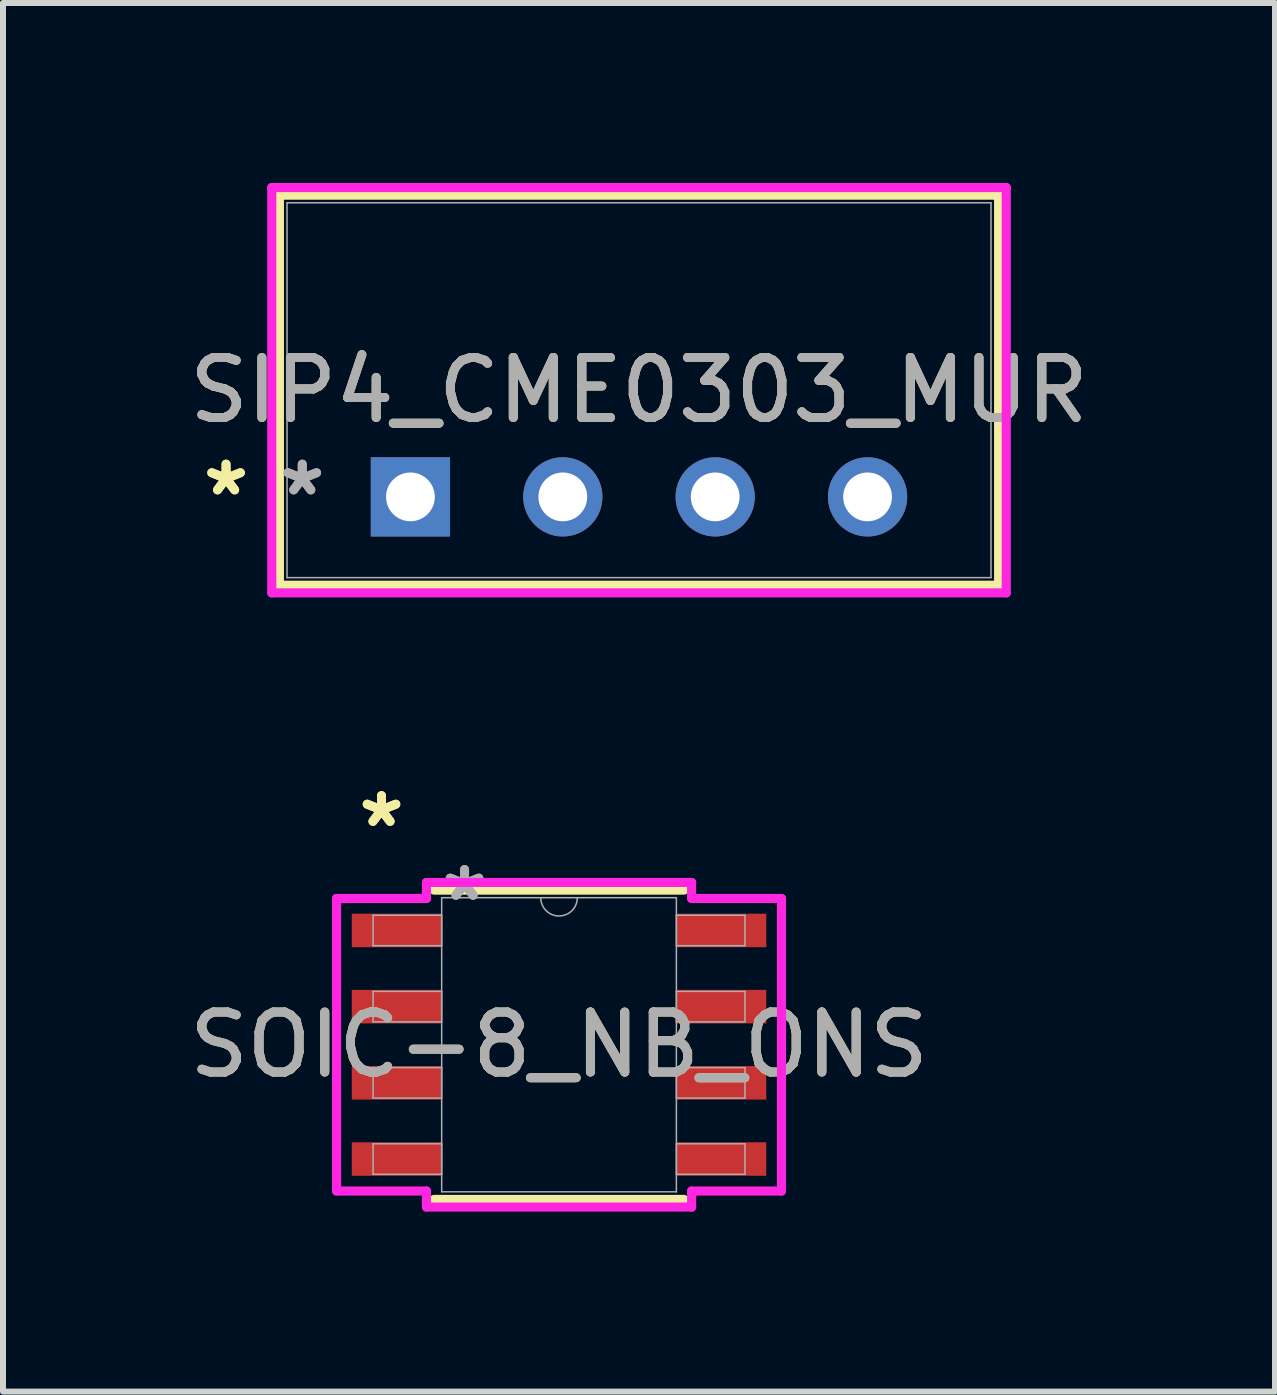
<source format=kicad_pcb>
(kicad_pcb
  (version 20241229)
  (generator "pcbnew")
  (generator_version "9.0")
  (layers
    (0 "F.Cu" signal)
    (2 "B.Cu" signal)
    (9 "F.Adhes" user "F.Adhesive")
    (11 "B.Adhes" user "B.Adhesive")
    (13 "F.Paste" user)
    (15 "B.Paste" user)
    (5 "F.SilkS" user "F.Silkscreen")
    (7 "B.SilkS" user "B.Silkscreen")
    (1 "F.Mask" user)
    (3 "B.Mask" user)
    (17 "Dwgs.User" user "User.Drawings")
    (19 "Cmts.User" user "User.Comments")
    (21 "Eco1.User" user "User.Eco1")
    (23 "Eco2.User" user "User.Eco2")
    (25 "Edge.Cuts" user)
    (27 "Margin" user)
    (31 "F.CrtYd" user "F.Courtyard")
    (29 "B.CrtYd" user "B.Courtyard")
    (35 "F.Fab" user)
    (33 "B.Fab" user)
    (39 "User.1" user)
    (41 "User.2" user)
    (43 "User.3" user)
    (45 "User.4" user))
  (footprint "SOIC-8_NB_ONS"
    (layer "F.Cu")
    (at 6.268 14.364)
    (property "Reference" "SOIC-8_NB_ONS" (at 0 0 0) (unlocked yes) (layer "F.SilkS") (effects (font (size 1 1) (thickness 0.15))))
    (attr smd)
    (fp_line (start -2.083 2.578) (end 2.083 2.578) (stroke (width 0.152) (type solid)) (layer "F.SilkS"))
    (fp_line (start 2.083 -2.578) (end -2.083 -2.578) (stroke (width 0.152) (type solid)) (layer "F.SilkS"))
    (fp_line (start -3.708 -2.438) (end -2.21 -2.438) (stroke (width 0.152) (type solid)) (layer "F.CrtYd"))
    (fp_line (start -3.708 2.438) (end -3.708 -2.438) (stroke (width 0.152) (type solid)) (layer "F.CrtYd"))
    (fp_line (start -3.708 2.438) (end -2.21 2.438) (stroke (width 0.152) (type solid)) (layer "F.CrtYd"))
    (fp_line (start -2.21 -2.705) (end 2.21 -2.705) (stroke (width 0.152) (type solid)) (layer "F.CrtYd"))
    (fp_line (start -2.21 -2.438) (end -2.21 -2.705) (stroke (width 0.152) (type solid)) (layer "F.CrtYd"))
    (fp_line (start -2.21 2.705) (end -2.21 2.438) (stroke (width 0.152) (type solid)) (layer "F.CrtYd"))
    (fp_line (start 2.21 -2.705) (end 2.21 -2.438) (stroke (width 0.152) (type solid)) (layer "F.CrtYd"))
    (fp_line (start 2.21 2.438) (end 2.21 2.705) (stroke (width 0.152) (type solid)) (layer "F.CrtYd"))
    (fp_line (start 2.21 2.705) (end -2.21 2.705) (stroke (width 0.152) (type solid)) (layer "F.CrtYd"))
    (fp_line (start 3.708 -2.438) (end 2.21 -2.438) (stroke (width 0.152) (type solid)) (layer "F.CrtYd"))
    (fp_line (start 3.708 -2.438) (end 3.708 2.438) (stroke (width 0.152) (type solid)) (layer "F.CrtYd"))
    (fp_line (start 3.708 2.438) (end 2.21 2.438) (stroke (width 0.152) (type solid)) (layer "F.CrtYd"))
    (fp_line (start -3.099 -2.159) (end -3.099 -1.651) (stroke (width 0.025) (type solid)) (layer "F.Fab"))
    (fp_line (start -3.099 -1.651) (end -1.956 -1.651) (stroke (width 0.025) (type solid)) (layer "F.Fab"))
    (fp_line (start -3.099 -0.889) (end -3.099 -0.381) (stroke (width 0.025) (type solid)) (layer "F.Fab"))
    (fp_line (start -3.099 -0.381) (end -1.956 -0.381) (stroke (width 0.025) (type solid)) (layer "F.Fab"))
    (fp_line (start -3.099 0.381) (end -3.099 0.889) (stroke (width 0.025) (type solid)) (layer "F.Fab"))
    (fp_line (start -3.099 0.889) (end -1.956 0.889) (stroke (width 0.025) (type solid)) (layer "F.Fab"))
    (fp_line (start -3.099 1.651) (end -3.099 2.159) (stroke (width 0.025) (type solid)) (layer "F.Fab"))
    (fp_line (start -3.099 2.159) (end -1.956 2.159) (stroke (width 0.025) (type solid)) (layer "F.Fab"))
    (fp_line (start -1.956 -2.451) (end -1.956 2.451) (stroke (width 0.025) (type solid)) (layer "F.Fab"))
    (fp_line (start -1.956 -2.159) (end -3.099 -2.159) (stroke (width 0.025) (type solid)) (layer "F.Fab"))
    (fp_line (start -1.956 -1.651) (end -1.956 -2.159) (stroke (width 0.025) (type solid)) (layer "F.Fab"))
    (fp_line (start -1.956 -0.889) (end -3.099 -0.889) (stroke (width 0.025) (type solid)) (layer "F.Fab"))
    (fp_line (start -1.956 -0.381) (end -1.956 -0.889) (stroke (width 0.025) (type solid)) (layer "F.Fab"))
    (fp_line (start -1.956 0.381) (end -3.099 0.381) (stroke (width 0.025) (type solid)) (layer "F.Fab"))
    (fp_line (start -1.956 0.889) (end -1.956 0.381) (stroke (width 0.025) (type solid)) (layer "F.Fab"))
    (fp_line (start -1.956 1.651) (end -3.099 1.651) (stroke (width 0.025) (type solid)) (layer "F.Fab"))
    (fp_line (start -1.956 2.159) (end -1.956 1.651) (stroke (width 0.025) (type solid)) (layer "F.Fab"))
    (fp_line (start -1.956 2.451) (end 1.956 2.451) (stroke (width 0.025) (type solid)) (layer "F.Fab"))
    (fp_line (start 1.956 -2.451) (end -1.956 -2.451) (stroke (width 0.025) (type solid)) (layer "F.Fab"))
    (fp_line (start 1.956 -2.159) (end 1.956 -1.651) (stroke (width 0.025) (type solid)) (layer "F.Fab"))
    (fp_line (start 1.956 -1.651) (end 3.099 -1.651) (stroke (width 0.025) (type solid)) (layer "F.Fab"))
    (fp_line (start 1.956 -0.889) (end 1.956 -0.381) (stroke (width 0.025) (type solid)) (layer "F.Fab"))
    (fp_line (start 1.956 -0.381) (end 3.099 -0.381) (stroke (width 0.025) (type solid)) (layer "F.Fab"))
    (fp_line (start 1.956 0.381) (end 1.956 0.889) (stroke (width 0.025) (type solid)) (layer "F.Fab"))
    (fp_line (start 1.956 0.889) (end 3.099 0.889) (stroke (width 0.025) (type solid)) (layer "F.Fab"))
    (fp_line (start 1.956 1.651) (end 1.956 2.159) (stroke (width 0.025) (type solid)) (layer "F.Fab"))
    (fp_line (start 1.956 2.159) (end 3.099 2.159) (stroke (width 0.025) (type solid)) (layer "F.Fab"))
    (fp_line (start 1.956 2.451) (end 1.956 -2.451) (stroke (width 0.025) (type solid)) (layer "F.Fab"))
    (fp_line (start 3.099 -2.159) (end 1.956 -2.159) (stroke (width 0.025) (type solid)) (layer "F.Fab"))
    (fp_line (start 3.099 -1.651) (end 3.099 -2.159) (stroke (width 0.025) (type solid)) (layer "F.Fab"))
    (fp_line (start 3.099 -0.889) (end 1.956 -0.889) (stroke (width 0.025) (type solid)) (layer "F.Fab"))
    (fp_line (start 3.099 -0.381) (end 3.099 -0.889) (stroke (width 0.025) (type solid)) (layer "F.Fab"))
    (fp_line (start 3.099 0.381) (end 1.956 0.381) (stroke (width 0.025) (type solid)) (layer "F.Fab"))
    (fp_line (start 3.099 0.889) (end 3.099 0.381) (stroke (width 0.025) (type solid)) (layer "F.Fab"))
    (fp_line (start 3.099 1.651) (end 1.956 1.651) (stroke (width 0.025) (type solid)) (layer "F.Fab"))
    (fp_line (start 3.099 2.159) (end 3.099 1.651) (stroke (width 0.025) (type solid)) (layer "F.Fab"))
    (fp_arc (start 0.3048 -2.4511) (mid 0 -2.1463) (end -0.3048 -2.4511) (stroke (width 0.0254) (type solid)) (layer "F.Fab"))
    (fp_text user "*" (at -2.959 -3.607 0) (layer "F.SilkS") (effects (font (size 1 1) (thickness 0.15))))
    (fp_text user "*" (at -2.959 -3.607 0) (unlocked yes) (layer "F.SilkS") (effects (font (size 1 1) (thickness 0.15))))
    (fp_text user "*" (at -1.575 -2.375 0) (layer "F.Fab") (effects (font (size 1 1) (thickness 0.15))))
    (fp_text user "*" (at -1.575 -2.375 0) (unlocked yes) (layer "F.Fab") (effects (font (size 1 1) (thickness 0.15))))
    (fp_text user "${REFERENCE}" (at 0 0 0) (unlocked yes) (layer "F.Fab") (effects (font (size 1 1) (thickness 0.15))))
    (pad "1" smd rect (at -2.705 -1.905) (size 1.499 0.559) (layers "F.Cu" "F.Mask" "F.Paste"))
    (pad "2" smd rect (at -2.705 -0.635) (size 1.499 0.559) (layers "F.Cu" "F.Mask" "F.Paste"))
    (pad "3" smd rect (at -2.705 0.635) (size 1.499 0.559) (layers "F.Cu" "F.Mask" "F.Paste"))
    (pad "4" smd rect (at -2.705 1.905) (size 1.499 0.559) (layers "F.Cu" "F.Mask" "F.Paste"))
    (pad "5" smd rect (at 2.705 1.905) (size 1.499 0.559) (layers "F.Cu" "F.Mask" "F.Paste"))
    (pad "6" smd rect (at 2.705 0.635) (size 1.499 0.559) (layers "F.Cu" "F.Mask" "F.Paste"))
    (pad "7" smd rect (at 2.705 -0.635) (size 1.499 0.559) (layers "F.Cu" "F.Mask" "F.Paste"))
    (pad "8" smd rect (at 2.705 -1.905) (size 1.499 0.559) (layers "F.Cu" "F.Mask" "F.Paste")))
  (footprint "SIP4_CME0303_MUR"
    (layer "F.Cu")
    (at 3.791 5.232)
    (property "Reference" "SIP4_CME0303_MUR" (at 3.81 -1.778 0) (unlocked yes) (layer "F.SilkS") (effects (font (size 1 1) (thickness 0.15))))
    (attr through_hole)
    (fp_line (start -2.184 -5.029) (end -2.184 1.473) (stroke (width 0.152) (type solid)) (layer "F.SilkS"))
    (fp_line (start -2.184 1.473) (end 9.804 1.473) (stroke (width 0.152) (type solid)) (layer "F.SilkS"))
    (fp_line (start 9.804 -5.029) (end -2.184 -5.029) (stroke (width 0.152) (type solid)) (layer "F.SilkS"))
    (fp_line (start 9.804 1.473) (end 9.804 -5.029) (stroke (width 0.152) (type solid)) (layer "F.SilkS"))
    (fp_line (start -2.311 -5.156) (end 9.931 -5.156) (stroke (width 0.152) (type solid)) (layer "F.CrtYd"))
    (fp_line (start -2.311 1.6) (end -2.311 -5.156) (stroke (width 0.152) (type solid)) (layer "F.CrtYd"))
    (fp_line (start 9.931 -5.156) (end 9.931 1.6) (stroke (width 0.152) (type solid)) (layer "F.CrtYd"))
    (fp_line (start 9.931 1.6) (end -2.311 1.6) (stroke (width 0.152) (type solid)) (layer "F.CrtYd"))
    (fp_line (start -2.057 -4.902) (end -2.057 1.346) (stroke (width 0.025) (type solid)) (layer "F.Fab"))
    (fp_line (start -2.057 1.346) (end 9.677 1.346) (stroke (width 0.025) (type solid)) (layer "F.Fab"))
    (fp_line (start 9.677 -4.902) (end -2.057 -4.902) (stroke (width 0.025) (type solid)) (layer "F.Fab"))
    (fp_line (start 9.677 1.346) (end 9.677 -4.902) (stroke (width 0.025) (type solid)) (layer "F.Fab"))
    (fp_text user "*" (at -3.073 0 0) (unlocked yes) (layer "F.SilkS") (effects (font (size 1 1) (thickness 0.15))))
    (fp_text user "*" (at -3.073 0 0) (layer "F.SilkS") (effects (font (size 1 1) (thickness 0.15))))
    (fp_text user "*" (at -1.803 0 0) (layer "F.Fab") (effects (font (size 1 1) (thickness 0.15))))
    (fp_text user "${REFERENCE}" (at 3.81 -1.778 0) (unlocked yes) (layer "F.Fab") (effects (font (size 1 1) (thickness 0.15))))
    (fp_text user "*" (at -1.803 0 0) (unlocked yes) (layer "F.Fab") (effects (font (size 1 1) (thickness 0.15))))
    (pad "1" thru_hole rect (at 0 0) (size 1.321 1.321) (drill 0.813) (layers "*.Cu" "*.Mask"))
    (pad "2" thru_hole circle (at 2.54 0) (size 1.321 1.321) (drill 0.813) (layers "*.Cu" "*.Mask"))
    (pad "3" thru_hole circle (at 5.08 0) (size 1.321 1.321) (drill 0.813) (layers "*.Cu" "*.Mask"))
    (pad "4" thru_hole circle (at 7.62 0) (size 1.321 1.321) (drill 0.813) (layers "*.Cu" "*.Mask")))
  (gr_rect
    (start -3 -3)
    (end 18.202 20.145)
    (stroke (width 0.1) (type default))
    (fill no)
    (layer "Edge.Cuts")))
</source>
